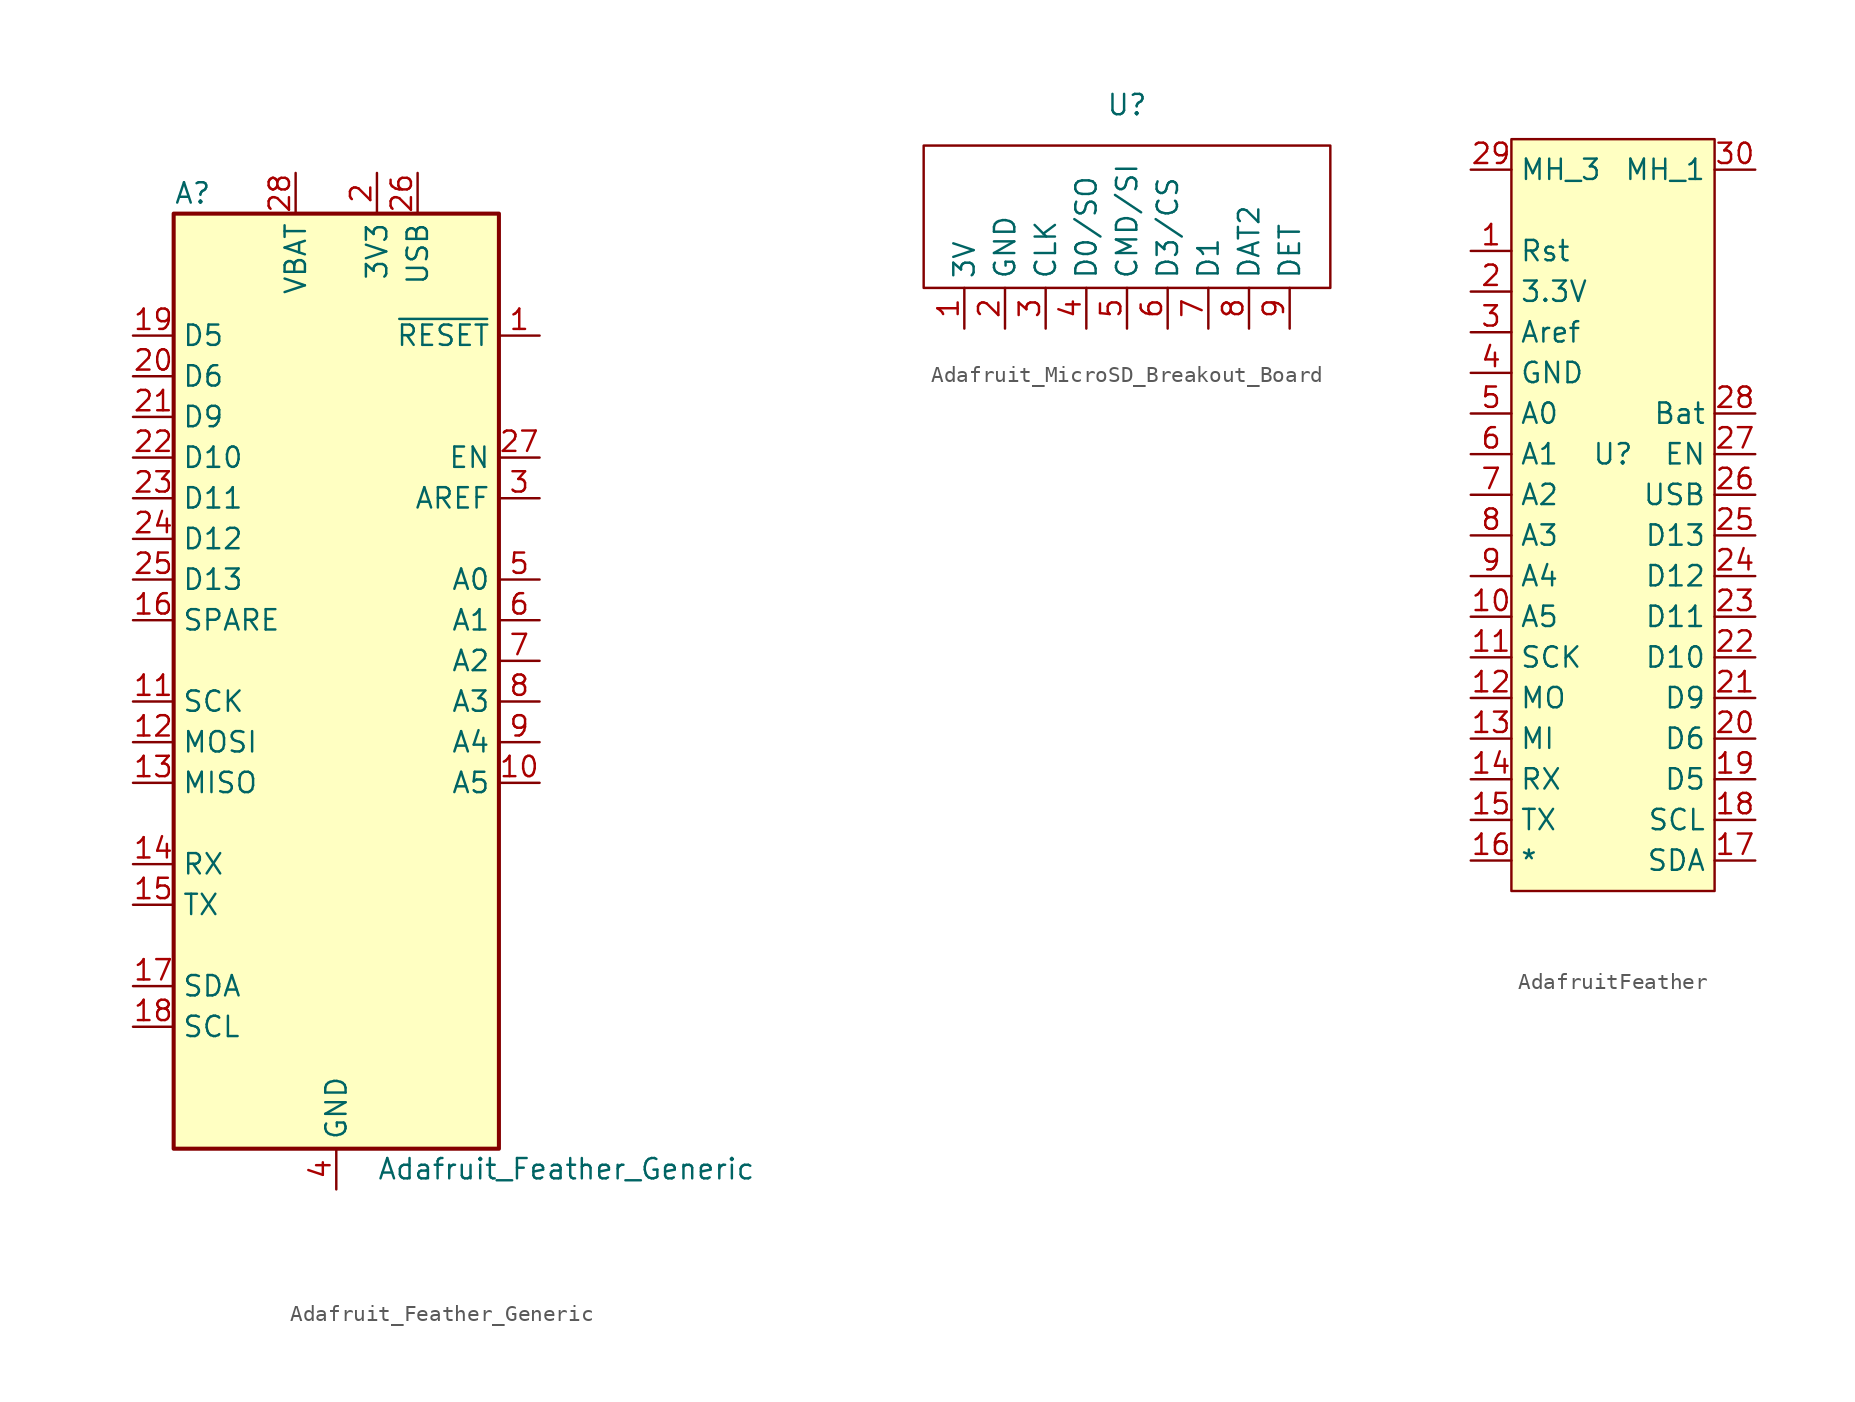
<source format=kicad_sym>
(kicad_symbol_lib
  (version 20220914)
  (generator kicad_symbol_editor)
  (symbol "Adafruit_Feather_Generic"
    (property "Reference" "A"
      (at -10.16 29.21 0)
      (effects (font (size 1.27 1.27)) (justify left)))
    (property "Value" "Adafruit_Feather_Generic"
      (at 2.54 -31.75 0)
      (effects (font (size 1.27 1.27)) (justify left)))
    (symbol "Adafruit_Feather_Generic_0_1"
      (rectangle (start -10.16 27.94) (end 10.16 -30.48) (stroke (width 0.254) (type default)) (fill (type background))))
    (symbol "Adafruit_Feather_Generic_1_1"
      (pin input line (at 12.7 20.32 180) (length 2.54) (name "~{RESET}" (effects (font (size 1.27 1.27)))) (number "1" (effects (font (size 1.27 1.27)))))
      (pin bidirectional line (at 12.7 -7.62 180) (length 2.54) (name "A5" (effects (font (size 1.27 1.27)))) (number "10" (effects (font (size 1.27 1.27)))))
      (pin bidirectional line (at -12.7 -2.54 0) (length 2.54) (name "SCK" (effects (font (size 1.27 1.27)))) (number "11" (effects (font (size 1.27 1.27)))))
      (pin bidirectional line (at -12.7 -5.08 0) (length 2.54) (name "MOSI" (effects (font (size 1.27 1.27)))) (number "12" (effects (font (size 1.27 1.27)))))
      (pin bidirectional line (at -12.7 -7.62 0) (length 2.54) (name "MISO" (effects (font (size 1.27 1.27)))) (number "13" (effects (font (size 1.27 1.27)))))
      (pin bidirectional line (at -12.7 -12.7 0) (length 2.54) (name "RX" (effects (font (size 1.27 1.27)))) (number "14" (effects (font (size 1.27 1.27)))))
      (pin bidirectional line (at -12.7 -15.24 0) (length 2.54) (name "TX" (effects (font (size 1.27 1.27)))) (number "15" (effects (font (size 1.27 1.27)))))
      (pin bidirectional line (at -12.7 2.54 0) (length 2.54) (name "SPARE" (effects (font (size 1.27 1.27)))) (number "16" (effects (font (size 1.27 1.27)))))
      (pin bidirectional line (at -12.7 -20.32 0) (length 2.54) (name "SDA" (effects (font (size 1.27 1.27)))) (number "17" (effects (font (size 1.27 1.27)))))
      (pin bidirectional line (at -12.7 -22.86 0) (length 2.54) (name "SCL" (effects (font (size 1.27 1.27)))) (number "18" (effects (font (size 1.27 1.27)))))
      (pin bidirectional line (at -12.7 20.32 0) (length 2.54) (name "D5" (effects (font (size 1.27 1.27)))) (number "19" (effects (font (size 1.27 1.27)))))
      (pin power_in line (at 2.54 30.48 270) (length 2.54) (name "3V3" (effects (font (size 1.27 1.27)))) (number "2" (effects (font (size 1.27 1.27)))))
      (pin bidirectional line (at -12.7 17.78 0) (length 2.54) (name "D6" (effects (font (size 1.27 1.27)))) (number "20" (effects (font (size 1.27 1.27)))))
      (pin bidirectional line (at -12.7 15.24 0) (length 2.54) (name "D9" (effects (font (size 1.27 1.27)))) (number "21" (effects (font (size 1.27 1.27)))))
      (pin bidirectional line (at -12.7 12.7 0) (length 2.54) (name "D10" (effects (font (size 1.27 1.27)))) (number "22" (effects (font (size 1.27 1.27)))))
      (pin bidirectional line (at -12.7 10.16 0) (length 2.54) (name "D11" (effects (font (size 1.27 1.27)))) (number "23" (effects (font (size 1.27 1.27)))))
      (pin bidirectional line (at -12.7 7.62 0) (length 2.54) (name "D12" (effects (font (size 1.27 1.27)))) (number "24" (effects (font (size 1.27 1.27)))))
      (pin bidirectional line (at -12.7 5.08 0) (length 2.54) (name "D13" (effects (font (size 1.27 1.27)))) (number "25" (effects (font (size 1.27 1.27)))))
      (pin power_in line (at 5.08 30.48 270) (length 2.54) (name "USB" (effects (font (size 1.27 1.27)))) (number "26" (effects (font (size 1.27 1.27)))))
      (pin input line (at 12.7 12.7 180) (length 2.54) (name "EN" (effects (font (size 1.27 1.27)))) (number "27" (effects (font (size 1.27 1.27)))))
      (pin power_in line (at -2.54 30.48 270) (length 2.54) (name "VBAT" (effects (font (size 1.27 1.27)))) (number "28" (effects (font (size 1.27 1.27)))))
      (pin input line (at 12.7 10.16 180) (length 2.54) (name "AREF" (effects (font (size 1.27 1.27)))) (number "3" (effects (font (size 1.27 1.27)))))
      (pin power_in line (at 0 -33.02 90) (length 2.54) (name "GND" (effects (font (size 1.27 1.27)))) (number "4" (effects (font (size 1.27 1.27)))))
      (pin bidirectional line (at 12.7 5.08 180) (length 2.54) (name "A0" (effects (font (size 1.27 1.27)))) (number "5" (effects (font (size 1.27 1.27)))))
      (pin bidirectional line (at 12.7 2.54 180) (length 2.54) (name "A1" (effects (font (size 1.27 1.27)))) (number "6" (effects (font (size 1.27 1.27)))))
      (pin bidirectional line (at 12.7 0 180) (length 2.54) (name "A2" (effects (font (size 1.27 1.27)))) (number "7" (effects (font (size 1.27 1.27)))))
      (pin bidirectional line (at 12.7 -2.54 180) (length 2.54) (name "A3" (effects (font (size 1.27 1.27)))) (number "8" (effects (font (size 1.27 1.27)))))
      (pin bidirectional line (at 12.7 -5.08 180) (length 2.54) (name "A4" (effects (font (size 1.27 1.27)))) (number "9" (effects (font (size 1.27 1.27)))))))
  (symbol "Adafruit_MicroSD_Breakout_Board"
    (property "Reference" "U"
      (at 0 7.62 0)
      (effects (font (size 1.27 1.27))))
    (property "Value" ""
      (at -5.08 -1.905 0)
      (effects (font (size 1.27 1.27))))
    (symbol "Adafruit_MicroSD_Breakout_Board_0_1"
      (rectangle (start -12.7 5.08) (end 12.7 -3.81) (stroke (width 0) (type default)) (fill (type none))))
    (symbol "Adafruit_MicroSD_Breakout_Board_1_1"
      (pin input line (at -10.16 -6.35 90) (length 2.54) (name "3V" (effects (font (size 1.27 1.27)))) (number "1" (effects (font (size 1.27 1.27)))))
      (pin input line (at -7.62 -6.35 90) (length 2.54) (name "GND" (effects (font (size 1.27 1.27)))) (number "2" (effects (font (size 1.27 1.27)))))
      (pin input line (at -5.08 -6.35 90) (length 2.54) (name "CLK" (effects (font (size 1.27 1.27)))) (number "3" (effects (font (size 1.27 1.27)))))
      (pin input line (at -2.54 -6.35 90) (length 2.54) (name "D0/SO" (effects (font (size 1.27 1.27)))) (number "4" (effects (font (size 1.27 1.27)))))
      (pin input line (at 0 -6.35 90) (length 2.54) (name "CMD/SI" (effects (font (size 1.27 1.27)))) (number "5" (effects (font (size 1.27 1.27)))))
      (pin input line (at 2.54 -6.35 90) (length 2.54) (name "D3/CS" (effects (font (size 1.27 1.27)))) (number "6" (effects (font (size 1.27 1.27)))))
      (pin input line (at 5.08 -6.35 90) (length 2.54) (name "D1" (effects (font (size 1.27 1.27)))) (number "7" (effects (font (size 1.27 1.27)))))
      (pin input line (at 7.62 -6.35 90) (length 2.54) (name "DAT2" (effects (font (size 1.27 1.27)))) (number "8" (effects (font (size 1.27 1.27)))))
      (pin input line (at 10.16 -6.35 90) (length 2.54) (name "DET" (effects (font (size 1.27 1.27)))) (number "9" (effects (font (size 1.27 1.27)))))))
  (symbol "AdafruitFeather"
    (property "Reference" "U"
      (at 0 6.35 0)
      (effects (font (size 1.27 1.27))))
    (property "Value" ""
      (at 0 6.35 0)
      (effects (font (size 1.27 1.27))))
    (symbol "AdafruitFeather_1_1"
      (rectangle (start -6.35 26.035) (end 6.35 -20.955) (stroke (width 0) (type default)) (fill (type background)))
      (pin input line (at -8.89 19.05 0) (length 2.54) (name "Rst" (effects (font (size 1.27 1.27)))) (number "1" (effects (font (size 1.27 1.27)))))
      (pin bidirectional line (at -8.89 -3.81 0) (length 2.54) (name "A5" (effects (font (size 1.27 1.27)))) (number "10" (effects (font (size 1.27 1.27)))))
      (pin bidirectional line (at -8.89 -6.35 0) (length 2.54) (name "SCK" (effects (font (size 1.27 1.27)))) (number "11" (effects (font (size 1.27 1.27)))))
      (pin bidirectional line (at -8.89 -8.89 0) (length 2.54) (name "MO" (effects (font (size 1.27 1.27)))) (number "12" (effects (font (size 1.27 1.27)))))
      (pin bidirectional line (at -8.89 -11.43 0) (length 2.54) (name "MI" (effects (font (size 1.27 1.27)))) (number "13" (effects (font (size 1.27 1.27)))))
      (pin bidirectional line (at -8.89 -13.97 0) (length 2.54) (name "RX" (effects (font (size 1.27 1.27)))) (number "14" (effects (font (size 1.27 1.27)))))
      (pin bidirectional line (at -8.89 -16.51 0) (length 2.54) (name "TX" (effects (font (size 1.27 1.27)))) (number "15" (effects (font (size 1.27 1.27)))))
      (pin bidirectional line (at -8.89 -19.05 0) (length 2.54) (name "*" (effects (font (size 1.27 1.27)))) (number "16" (effects (font (size 1.27 1.27)))))
      (pin bidirectional line (at 8.89 -19.05 180) (length 2.54) (name "SDA" (effects (font (size 1.27 1.27)))) (number "17" (effects (font (size 1.27 1.27)))))
      (pin bidirectional line (at 8.89 -16.51 180) (length 2.54) (name "SCL" (effects (font (size 1.27 1.27)))) (number "18" (effects (font (size 1.27 1.27)))))
      (pin bidirectional line (at 8.89 -13.97 180) (length 2.54) (name "D5" (effects (font (size 1.27 1.27)))) (number "19" (effects (font (size 1.27 1.27)))))
      (pin input line (at -8.89 16.51 0) (length 2.54) (name "3.3V" (effects (font (size 1.27 1.27)))) (number "2" (effects (font (size 1.27 1.27)))))
      (pin bidirectional line (at 8.89 -11.43 180) (length 2.54) (name "D6" (effects (font (size 1.27 1.27)))) (number "20" (effects (font (size 1.27 1.27)))))
      (pin bidirectional line (at 8.89 -8.89 180) (length 2.54) (name "D9" (effects (font (size 1.27 1.27)))) (number "21" (effects (font (size 1.27 1.27)))))
      (pin bidirectional line (at 8.89 -6.35 180) (length 2.54) (name "D10" (effects (font (size 1.27 1.27)))) (number "22" (effects (font (size 1.27 1.27)))))
      (pin bidirectional line (at 8.89 -3.81 180) (length 2.54) (name "D11" (effects (font (size 1.27 1.27)))) (number "23" (effects (font (size 1.27 1.27)))))
      (pin bidirectional line (at 8.89 -1.27 180) (length 2.54) (name "D12" (effects (font (size 1.27 1.27)))) (number "24" (effects (font (size 1.27 1.27)))))
      (pin bidirectional line (at 8.89 1.27 180) (length 2.54) (name "D13" (effects (font (size 1.27 1.27)))) (number "25" (effects (font (size 1.27 1.27)))))
      (pin input line (at 8.89 3.81 180) (length 2.54) (name "USB" (effects (font (size 1.27 1.27)))) (number "26" (effects (font (size 1.27 1.27)))))
      (pin input line (at 8.89 6.35 180) (length 2.54) (name "EN" (effects (font (size 1.27 1.27)))) (number "27" (effects (font (size 1.27 1.27)))))
      (pin input line (at 8.89 8.89 180) (length 2.54) (name "Bat" (effects (font (size 1.27 1.27)))) (number "28" (effects (font (size 1.27 1.27)))))
      (pin input line (at -8.89 24.13 0) (length 2.54) (name "MH_3" (effects (font (size 1.27 1.27)))) (number "29" (effects (font (size 1.27 1.27)))))
      (pin input line (at -8.89 13.97 0) (length 2.54) (name "Aref" (effects (font (size 1.27 1.27)))) (number "3" (effects (font (size 1.27 1.27)))))
      (pin input line (at 8.89 24.13 180) (length 2.54) (name "MH_1" (effects (font (size 1.27 1.27)))) (number "30" (effects (font (size 1.27 1.27)))))
      (pin input line (at -8.89 11.43 0) (length 2.54) (name "GND" (effects (font (size 1.27 1.27)))) (number "4" (effects (font (size 1.27 1.27)))))
      (pin bidirectional line (at -8.89 8.89 0) (length 2.54) (name "A0" (effects (font (size 1.27 1.27)))) (number "5" (effects (font (size 1.27 1.27)))))
      (pin bidirectional line (at -8.89 6.35 0) (length 2.54) (name "A1" (effects (font (size 1.27 1.27)))) (number "6" (effects (font (size 1.27 1.27)))))
      (pin bidirectional line (at -8.89 3.81 0) (length 2.54) (name "A2" (effects (font (size 1.27 1.27)))) (number "7" (effects (font (size 1.27 1.27)))))
      (pin bidirectional line (at -8.89 1.27 0) (length 2.54) (name "A3" (effects (font (size 1.27 1.27)))) (number "8" (effects (font (size 1.27 1.27)))))
      (pin bidirectional line (at -8.89 -1.27 0) (length 2.54) (name "A4" (effects (font (size 1.27 1.27)))) (number "9" (effects (font (size 1.27 1.27))))))))
</source>
